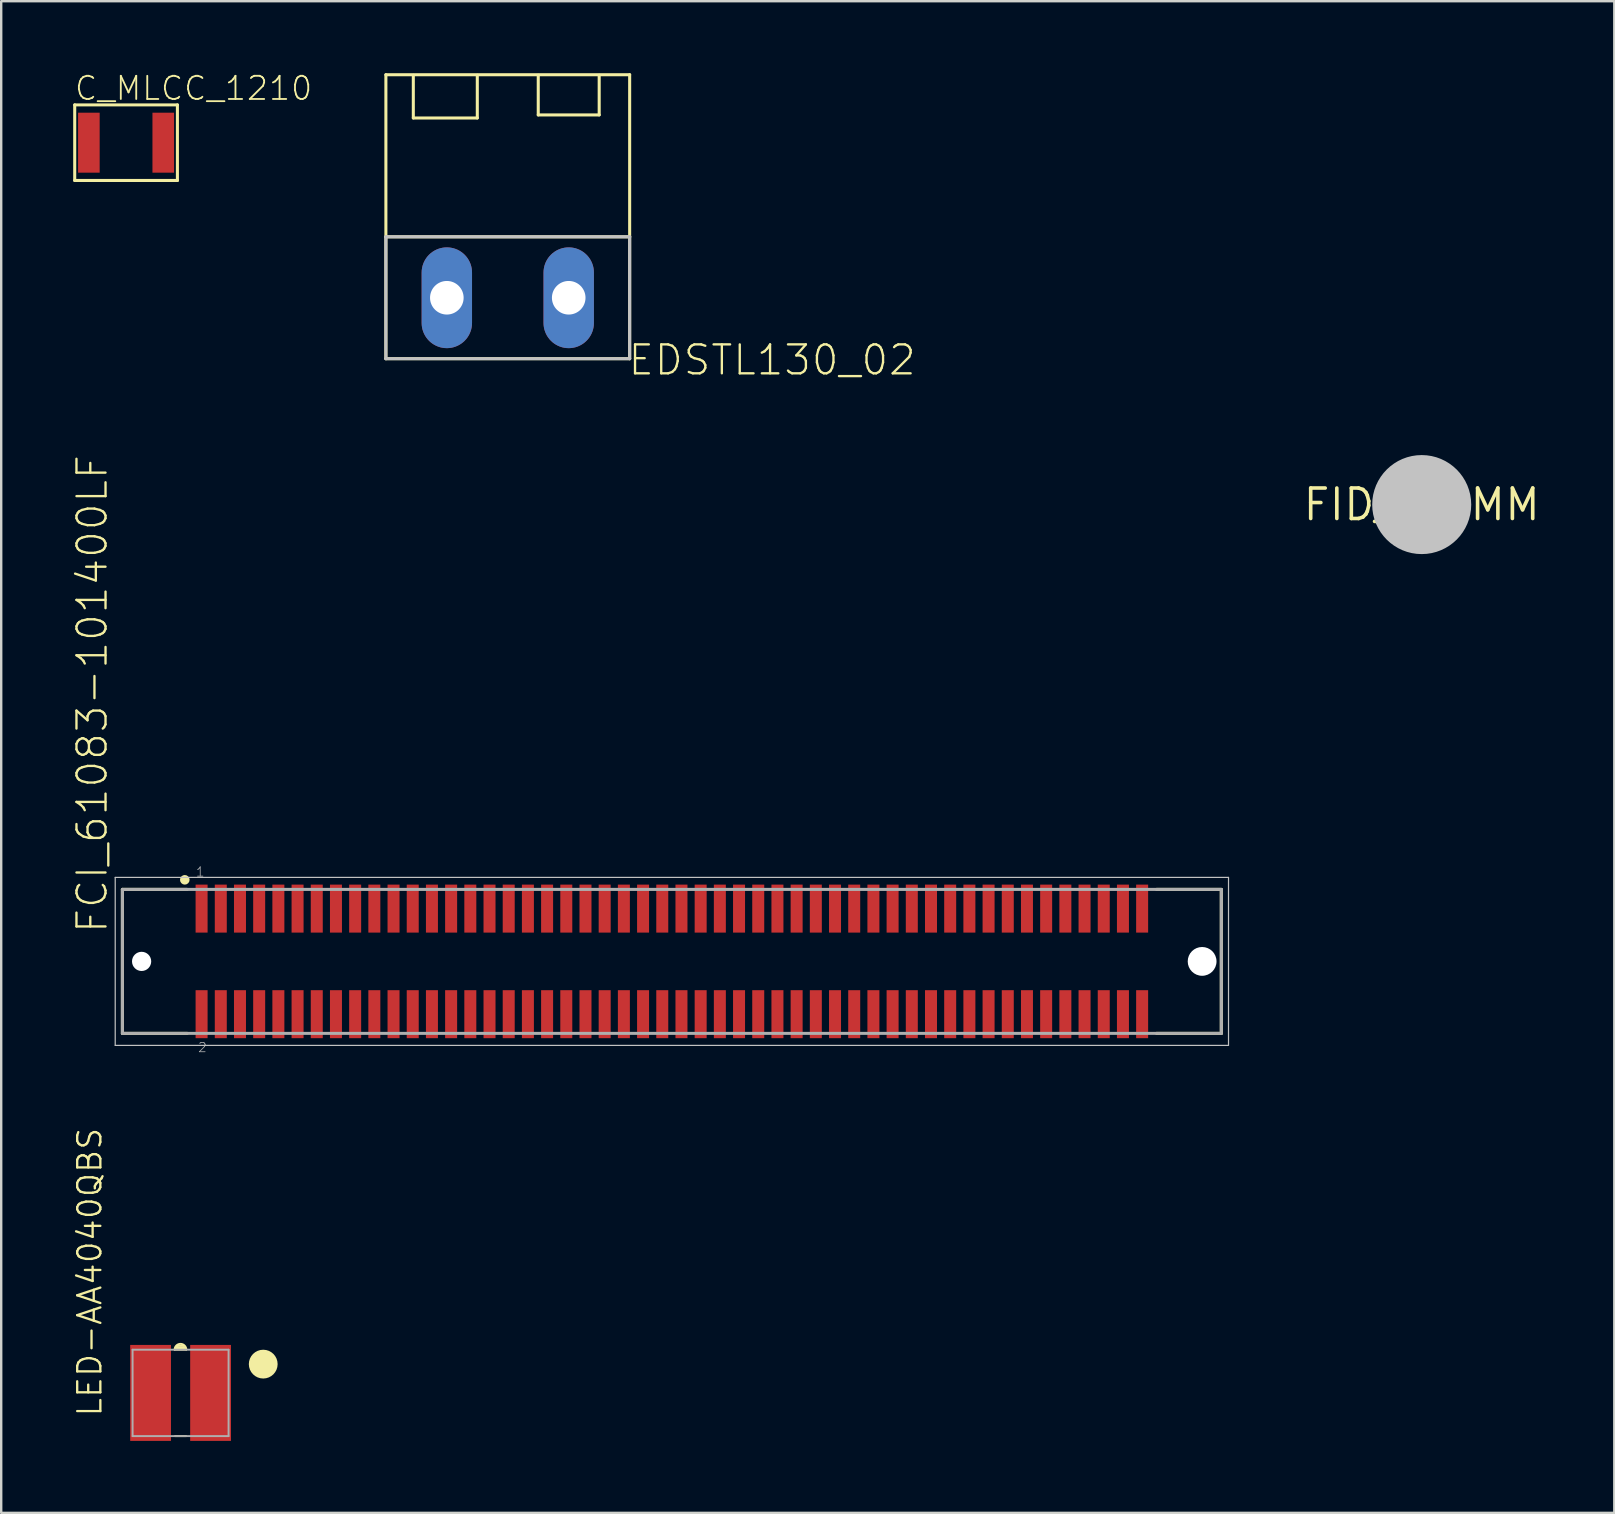
<source format=kicad_pcb>
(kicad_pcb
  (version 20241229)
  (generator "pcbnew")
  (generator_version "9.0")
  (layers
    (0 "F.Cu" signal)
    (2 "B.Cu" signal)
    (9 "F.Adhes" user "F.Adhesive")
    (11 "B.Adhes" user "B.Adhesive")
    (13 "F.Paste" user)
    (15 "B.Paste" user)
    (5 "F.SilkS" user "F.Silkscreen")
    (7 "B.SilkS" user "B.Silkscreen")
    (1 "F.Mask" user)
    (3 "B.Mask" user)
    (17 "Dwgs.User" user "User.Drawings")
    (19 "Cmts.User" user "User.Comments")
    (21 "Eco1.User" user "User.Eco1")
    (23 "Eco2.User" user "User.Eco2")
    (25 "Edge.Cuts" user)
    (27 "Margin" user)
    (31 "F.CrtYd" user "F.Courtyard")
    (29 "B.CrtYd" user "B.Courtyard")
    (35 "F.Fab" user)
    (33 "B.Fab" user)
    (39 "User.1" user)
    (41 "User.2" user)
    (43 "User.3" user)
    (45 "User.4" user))
  (footprint "C_MLCC_1210"
    (layer "F.Cu")
    (at 2.204 2.897)
    (property "Reference" "C_MLCC_1210" (at -2.2 -1.7 0) (layer "F.SilkS") (effects (font (size 0.965 0.965) (thickness 0.077)) (justify left bottom)))
    (attr through_hole)
    (fp_line (start -2.14 -1.575) (end 2.14 -1.575) (stroke (width 0.127) (type solid)) (layer "F.SilkS"))
    (fp_line (start -2.14 1.575) (end -2.14 -1.575) (stroke (width 0.127) (type solid)) (layer "F.SilkS"))
    (fp_line (start 2.14 -1.575) (end 2.14 1.575) (stroke (width 0.127) (type solid)) (layer "F.SilkS"))
    (fp_line (start 2.14 1.575) (end -2.14 1.575) (stroke (width 0.127) (type solid)) (layer "F.SilkS"))
    (pad "P$1" smd rect (at -1.55 0) (size 0.9 2.5) (layers "F.Cu" "F.Mask" "F.Paste"))
    (pad "P$2" smd rect (at 1.55 0) (size 0.9 2.5) (layers "F.Cu" "F.Mask" "F.Paste")))
  (footprint "FID_1.5MM"
    (layer "F.Cu")
    (at 56.204 17.98)
    (property "Reference" "FID_1.5MM" (at 0 0 0) (layer "F.SilkS") (effects (font (size 1.27 1.27) (thickness 0.15))))
    (attr through_hole)
    (fp_circle (center 0 0) (end 1 0) (stroke (width 2) (type solid)) (fill no) (layer "F.Mask"))
    (fp_circle (center 0 0) (end 1 0) (stroke (width 2) (type solid)) (fill no) (layer "Dwgs.User"))
    (fp_circle (center 0 0) (end 2 0) (stroke (width 0.127) (type solid)) (fill no) (layer "Dwgs.User"))
    (pad "FID" smd roundrect (at 0 0) (size 1.5 1.5) (layers "F.Cu" "F.Mask") (roundrect_rratio 0.5)))
  (footprint "FCI_61083-101400LF"
    (layer "F.Cu")
    (at 24.952 37.019)
    (property "Reference" "FCI_61083-101400LF" (at -23.451 -1.105 270) (layer "F.SilkS") (effects (font (size 1.211 1.211) (thickness 0.097)) (justify left bottom)))
    (attr through_hole)
    (fp_line (start -22.9 -3) (end -22.9 3) (stroke (width 0.127) (type solid)) (layer "F.SilkS"))
    (fp_line (start -22.9 -3) (end -20.2 -3) (stroke (width 0.127) (type solid)) (layer "F.SilkS"))
    (fp_line (start -22.9 3) (end -20.2 3) (stroke (width 0.127) (type solid)) (layer "F.SilkS"))
    (fp_line (start 20.2 -3) (end 22.9 -3) (stroke (width 0.127) (type solid)) (layer "F.SilkS"))
    (fp_line (start 22.9 -3) (end 22.9 3) (stroke (width 0.127) (type solid)) (layer "F.SilkS"))
    (fp_line (start 22.9 3) (end 20.2 3) (stroke (width 0.127) (type solid)) (layer "F.SilkS"))
    (fp_circle (center -20.3 -3.4) (end -20.2 -3.4) (stroke (width 0.2) (type solid)) (fill no) (layer "F.SilkS"))
    (fp_line (start -23.2 -3.5) (end 23.2 -3.5) (stroke (width 0.05) (type solid)) (layer "Dwgs.User"))
    (fp_line (start -23.2 3.5) (end -23.2 -3.5) (stroke (width 0.05) (type solid)) (layer "Dwgs.User"))
    (fp_line (start 23.2 -3.5) (end 23.2 3.5) (stroke (width 0.05) (type solid)) (layer "Dwgs.User"))
    (fp_line (start 23.2 3.5) (end -23.2 3.5) (stroke (width 0.05) (type solid)) (layer "Dwgs.User"))
    (fp_line (start -22.9 -3) (end 22.9 -3) (stroke (width 0.127) (type solid)) (layer "F.Fab"))
    (fp_line (start -22.9 3) (end -22.9 -3) (stroke (width 0.127) (type solid)) (layer "F.Fab"))
    (fp_line (start 22.9 -3) (end 22.9 3) (stroke (width 0.127) (type solid)) (layer "F.Fab"))
    (fp_line (start 22.9 3) (end -22.9 3) (stroke (width 0.127) (type solid)) (layer "F.Fab"))
    (fp_text user "1" (at -19.863 -3.505 0) (layer "F.Fab") (effects (font (size 0.387 0.387) (thickness 0.033)) (justify left bottom)))
    (fp_text user "2" (at -19.771 3.814 0) (layer "F.Fab") (effects (font (size 0.387 0.387) (thickness 0.033)) (justify left bottom)))
    (pad "" np_thru_hole circle (at -22.1 0) (size 0.8 0.8) (drill 0.8) (layers "*.Cu" "*.Mask"))
    (pad "" np_thru_hole circle (at 22.1 0) (size 1.2 1.2) (drill 1.2) (layers "*.Cu" "*.Mask"))
    (pad "1" smd rect (at -19.6 -2.2) (size 0.5 2) (layers "F.Cu" "F.Mask" "F.Paste"))
    (pad "2" smd rect (at -19.6 2.2 90) (size 2 0.5) (layers "F.Cu" "F.Mask" "F.Paste"))
    (pad "3" smd rect (at -18.8 -2.2) (size 0.5 2) (layers "F.Cu" "F.Mask" "F.Paste"))
    (pad "4" smd rect (at -18.8 2.2) (size 0.5 2) (layers "F.Cu" "F.Mask" "F.Paste"))
    (pad "5" smd rect (at -18 -2.2) (size 0.5 2) (layers "F.Cu" "F.Mask" "F.Paste"))
    (pad "6" smd rect (at -18 2.2) (size 0.5 2) (layers "F.Cu" "F.Mask" "F.Paste"))
    (pad "7" smd rect (at -17.2 -2.2) (size 0.5 2) (layers "F.Cu" "F.Mask" "F.Paste"))
    (pad "8" smd rect (at -17.2 2.2) (size 0.5 2) (layers "F.Cu" "F.Mask" "F.Paste"))
    (pad "9" smd rect (at -16.4 -2.2) (size 0.5 2) (layers "F.Cu" "F.Mask" "F.Paste"))
    (pad "10" smd rect (at -16.4 2.2) (size 0.5 2) (layers "F.Cu" "F.Mask" "F.Paste"))
    (pad "11" smd rect (at -15.6 -2.2) (size 0.5 2) (layers "F.Cu" "F.Mask" "F.Paste"))
    (pad "12" smd rect (at -15.6 2.2) (size 0.5 2) (layers "F.Cu" "F.Mask" "F.Paste"))
    (pad "13" smd rect (at -14.8 -2.2) (size 0.5 2) (layers "F.Cu" "F.Mask" "F.Paste"))
    (pad "14" smd rect (at -14.8 2.2) (size 0.5 2) (layers "F.Cu" "F.Mask" "F.Paste"))
    (pad "15" smd rect (at -14 -2.2) (size 0.5 2) (layers "F.Cu" "F.Mask" "F.Paste"))
    (pad "16" smd rect (at -14 2.2) (size 0.5 2) (layers "F.Cu" "F.Mask" "F.Paste"))
    (pad "17" smd rect (at -13.2 -2.2) (size 0.5 2) (layers "F.Cu" "F.Mask" "F.Paste"))
    (pad "18" smd rect (at -13.2 2.2) (size 0.5 2) (layers "F.Cu" "F.Mask" "F.Paste"))
    (pad "19" smd rect (at -12.4 -2.2) (size 0.5 2) (layers "F.Cu" "F.Mask" "F.Paste"))
    (pad "20" smd rect (at -12.4 2.2) (size 0.5 2) (layers "F.Cu" "F.Mask" "F.Paste"))
    (pad "21" smd rect (at -11.6 -2.2) (size 0.5 2) (layers "F.Cu" "F.Mask" "F.Paste"))
    (pad "22" smd rect (at -11.6 2.2) (size 0.5 2) (layers "F.Cu" "F.Mask" "F.Paste"))
    (pad "23" smd rect (at -10.8 -2.2) (size 0.5 2) (layers "F.Cu" "F.Mask" "F.Paste"))
    (pad "24" smd rect (at -10.8 2.2) (size 0.5 2) (layers "F.Cu" "F.Mask" "F.Paste"))
    (pad "25" smd rect (at -10 -2.2) (size 0.5 2) (layers "F.Cu" "F.Mask" "F.Paste"))
    (pad "26" smd rect (at -10 2.2) (size 0.5 2) (layers "F.Cu" "F.Mask" "F.Paste"))
    (pad "27" smd rect (at -9.2 -2.2) (size 0.5 2) (layers "F.Cu" "F.Mask" "F.Paste"))
    (pad "28" smd rect (at -9.2 2.2) (size 0.5 2) (layers "F.Cu" "F.Mask" "F.Paste"))
    (pad "29" smd rect (at -8.4 -2.2) (size 0.5 2) (layers "F.Cu" "F.Mask" "F.Paste"))
    (pad "30" smd rect (at -8.4 2.2) (size 0.5 2) (layers "F.Cu" "F.Mask" "F.Paste"))
    (pad "31" smd rect (at -7.6 -2.2) (size 0.5 2) (layers "F.Cu" "F.Mask" "F.Paste"))
    (pad "32" smd rect (at -7.6 2.2) (size 0.5 2) (layers "F.Cu" "F.Mask" "F.Paste"))
    (pad "33" smd rect (at -6.8 -2.2) (size 0.5 2) (layers "F.Cu" "F.Mask" "F.Paste"))
    (pad "34" smd rect (at -6.8 2.2) (size 0.5 2) (layers "F.Cu" "F.Mask" "F.Paste"))
    (pad "35" smd rect (at -6 -2.2) (size 0.5 2) (layers "F.Cu" "F.Mask" "F.Paste"))
    (pad "36" smd rect (at -6 2.2) (size 0.5 2) (layers "F.Cu" "F.Mask" "F.Paste"))
    (pad "37" smd rect (at -5.2 -2.2) (size 0.5 2) (layers "F.Cu" "F.Mask" "F.Paste"))
    (pad "38" smd rect (at -5.2 2.2) (size 0.5 2) (layers "F.Cu" "F.Mask" "F.Paste"))
    (pad "39" smd rect (at -4.4 -2.2) (size 0.5 2) (layers "F.Cu" "F.Mask" "F.Paste"))
    (pad "40" smd rect (at -4.4 2.2) (size 0.5 2) (layers "F.Cu" "F.Mask" "F.Paste"))
    (pad "41" smd rect (at -3.6 -2.2) (size 0.5 2) (layers "F.Cu" "F.Mask" "F.Paste"))
    (pad "42" smd rect (at -3.6 2.2) (size 0.5 2) (layers "F.Cu" "F.Mask" "F.Paste"))
    (pad "43" smd rect (at -2.8 -2.2) (size 0.5 2) (layers "F.Cu" "F.Mask" "F.Paste"))
    (pad "44" smd rect (at -2.8 2.2) (size 0.5 2) (layers "F.Cu" "F.Mask" "F.Paste"))
    (pad "45" smd rect (at -2 -2.2) (size 0.5 2) (layers "F.Cu" "F.Mask" "F.Paste"))
    (pad "46" smd rect (at -2 2.2) (size 0.5 2) (layers "F.Cu" "F.Mask" "F.Paste"))
    (pad "47" smd rect (at -1.2 -2.2) (size 0.5 2) (layers "F.Cu" "F.Mask" "F.Paste"))
    (pad "48" smd rect (at -1.2 2.2) (size 0.5 2) (layers "F.Cu" "F.Mask" "F.Paste"))
    (pad "49" smd rect (at -0.4 -2.2) (size 0.5 2) (layers "F.Cu" "F.Mask" "F.Paste"))
    (pad "50" smd rect (at -0.4 2.2) (size 0.5 2) (layers "F.Cu" "F.Mask" "F.Paste"))
    (pad "51" smd rect (at 0.4 -2.2) (size 0.5 2) (layers "F.Cu" "F.Mask" "F.Paste"))
    (pad "52" smd rect (at 0.4 2.2) (size 0.5 2) (layers "F.Cu" "F.Mask" "F.Paste"))
    (pad "53" smd rect (at 1.2 -2.2) (size 0.5 2) (layers "F.Cu" "F.Mask" "F.Paste"))
    (pad "54" smd rect (at 1.2 2.2) (size 0.5 2) (layers "F.Cu" "F.Mask" "F.Paste"))
    (pad "55" smd rect (at 2 -2.2) (size 0.5 2) (layers "F.Cu" "F.Mask" "F.Paste"))
    (pad "56" smd rect (at 2 2.2) (size 0.5 2) (layers "F.Cu" "F.Mask" "F.Paste"))
    (pad "57" smd rect (at 2.8 -2.2) (size 0.5 2) (layers "F.Cu" "F.Mask" "F.Paste"))
    (pad "58" smd rect (at 2.8 2.2) (size 0.5 2) (layers "F.Cu" "F.Mask" "F.Paste"))
    (pad "59" smd rect (at 3.6 -2.2) (size 0.5 2) (layers "F.Cu" "F.Mask" "F.Paste"))
    (pad "60" smd rect (at 3.6 2.2) (size 0.5 2) (layers "F.Cu" "F.Mask" "F.Paste"))
    (pad "61" smd rect (at 4.4 -2.2) (size 0.5 2) (layers "F.Cu" "F.Mask" "F.Paste"))
    (pad "62" smd rect (at 4.4 2.2) (size 0.5 2) (layers "F.Cu" "F.Mask" "F.Paste"))
    (pad "63" smd rect (at 5.2 -2.2) (size 0.5 2) (layers "F.Cu" "F.Mask" "F.Paste"))
    (pad "64" smd rect (at 5.2 2.2) (size 0.5 2) (layers "F.Cu" "F.Mask" "F.Paste"))
    (pad "65" smd rect (at 6 -2.2) (size 0.5 2) (layers "F.Cu" "F.Mask" "F.Paste"))
    (pad "66" smd rect (at 6 2.2) (size 0.5 2) (layers "F.Cu" "F.Mask" "F.Paste"))
    (pad "67" smd rect (at 6.8 -2.2) (size 0.5 2) (layers "F.Cu" "F.Mask" "F.Paste"))
    (pad "68" smd rect (at 6.8 2.2) (size 0.5 2) (layers "F.Cu" "F.Mask" "F.Paste"))
    (pad "69" smd rect (at 7.6 -2.2) (size 0.5 2) (layers "F.Cu" "F.Mask" "F.Paste"))
    (pad "70" smd rect (at 7.6 2.2) (size 0.5 2) (layers "F.Cu" "F.Mask" "F.Paste"))
    (pad "71" smd rect (at 8.4 -2.2) (size 0.5 2) (layers "F.Cu" "F.Mask" "F.Paste"))
    (pad "72" smd rect (at 8.4 2.2) (size 0.5 2) (layers "F.Cu" "F.Mask" "F.Paste"))
    (pad "73" smd rect (at 9.2 -2.2) (size 0.5 2) (layers "F.Cu" "F.Mask" "F.Paste"))
    (pad "74" smd rect (at 9.2 2.2) (size 0.5 2) (layers "F.Cu" "F.Mask" "F.Paste"))
    (pad "75" smd rect (at 10 -2.2) (size 0.5 2) (layers "F.Cu" "F.Mask" "F.Paste"))
    (pad "76" smd rect (at 10 2.2) (size 0.5 2) (layers "F.Cu" "F.Mask" "F.Paste"))
    (pad "77" smd rect (at 10.8 -2.2) (size 0.5 2) (layers "F.Cu" "F.Mask" "F.Paste"))
    (pad "78" smd rect (at 10.8 2.2) (size 0.5 2) (layers "F.Cu" "F.Mask" "F.Paste"))
    (pad "79" smd rect (at 11.6 -2.2) (size 0.5 2) (layers "F.Cu" "F.Mask" "F.Paste"))
    (pad "80" smd rect (at 11.6 2.2) (size 0.5 2) (layers "F.Cu" "F.Mask" "F.Paste"))
    (pad "81" smd rect (at 12.4 -2.2) (size 0.5 2) (layers "F.Cu" "F.Mask" "F.Paste"))
    (pad "82" smd rect (at 12.4 2.2) (size 0.5 2) (layers "F.Cu" "F.Mask" "F.Paste"))
    (pad "83" smd rect (at 13.2 -2.2) (size 0.5 2) (layers "F.Cu" "F.Mask" "F.Paste"))
    (pad "84" smd rect (at 13.2 2.2) (size 0.5 2) (layers "F.Cu" "F.Mask" "F.Paste"))
    (pad "85" smd rect (at 14 -2.2) (size 0.5 2) (layers "F.Cu" "F.Mask" "F.Paste"))
    (pad "86" smd rect (at 14 2.2) (size 0.5 2) (layers "F.Cu" "F.Mask" "F.Paste"))
    (pad "87" smd rect (at 14.8 -2.2) (size 0.5 2) (layers "F.Cu" "F.Mask" "F.Paste"))
    (pad "88" smd rect (at 14.8 2.2) (size 0.5 2) (layers "F.Cu" "F.Mask" "F.Paste"))
    (pad "89" smd rect (at 15.6 -2.2) (size 0.5 2) (layers "F.Cu" "F.Mask" "F.Paste"))
    (pad "90" smd rect (at 15.6 2.2) (size 0.5 2) (layers "F.Cu" "F.Mask" "F.Paste"))
    (pad "91" smd rect (at 16.4 -2.2) (size 0.5 2) (layers "F.Cu" "F.Mask" "F.Paste"))
    (pad "92" smd rect (at 16.4 2.2) (size 0.5 2) (layers "F.Cu" "F.Mask" "F.Paste"))
    (pad "93" smd rect (at 17.2 -2.2) (size 0.5 2) (layers "F.Cu" "F.Mask" "F.Paste"))
    (pad "94" smd rect (at 17.2 2.2) (size 0.5 2) (layers "F.Cu" "F.Mask" "F.Paste"))
    (pad "95" smd rect (at 18 -2.2) (size 0.5 2) (layers "F.Cu" "F.Mask" "F.Paste"))
    (pad "96" smd rect (at 18 2.2) (size 0.5 2) (layers "F.Cu" "F.Mask" "F.Paste"))
    (pad "97" smd rect (at 18.8 -2.2) (size 0.5 2) (layers "F.Cu" "F.Mask" "F.Paste"))
    (pad "98" smd rect (at 18.8 2.2) (size 0.5 2) (layers "F.Cu" "F.Mask" "F.Paste"))
    (pad "99" smd rect (at 19.6 -2.2) (size 0.5 2) (layers "F.Cu" "F.Mask" "F.Paste"))
    (pad "100" smd rect (at 19.6 2.2) (size 0.5 2) (layers "F.Cu" "F.Mask" "F.Paste")))
  (footprint "LED-AA4040QBS"
    (layer "F.Cu")
    (at 4.476 55.004)
    (property "Reference" "LED-AA4040QBS" (at -3.221 1.05 270) (layer "F.SilkS") (effects (font (size 0.965 0.965) (thickness 0.097)) (justify left bottom)))
    (attr through_hole)
    (fp_line (start -0.24 -1.8) (end 0.23 -1.8) (stroke (width 0.08) (type solid)) (layer "F.SilkS"))
    (fp_line (start -0.23 -1.84) (end -0.21 -1.86) (stroke (width 0.08) (type solid)) (layer "F.SilkS"))
    (fp_line (start -0.23 1.8) (end 0.23 1.8) (stroke (width 0.08) (type solid)) (layer "F.SilkS"))
    (fp_line (start -0.21 -1.86) (end 0.19 -1.86) (stroke (width 0.08) (type solid)) (layer "F.SilkS"))
    (fp_line (start -0.17 -1.91) (end -0.11 -1.97) (stroke (width 0.08) (type solid)) (layer "F.SilkS"))
    (fp_line (start -0.11 -1.97) (end 0.12 -1.97) (stroke (width 0.08) (type solid)) (layer "F.SilkS"))
    (fp_line (start 0.14 -1.91) (end -0.17 -1.91) (stroke (width 0.08) (type solid)) (layer "F.SilkS"))
    (fp_line (start 0.19 -1.86) (end 0.14 -1.91) (stroke (width 0.08) (type solid)) (layer "F.SilkS"))
    (fp_arc (start -0.25 -1.8) (mid -0.005 -2.045) (end 0.24 -1.8) (stroke (width 0.08) (type solid)) (layer "F.SilkS"))
    (fp_circle (center 3.445 -1.2) (end 3.745 -1.2) (stroke (width 0.6) (type solid)) (fill no) (layer "F.SilkS"))
    (fp_line (start -2 -1.8) (end 2 -1.8) (stroke (width 0.08) (type solid)) (layer "F.Fab"))
    (fp_line (start -2 1.8) (end -2 -1.8) (stroke (width 0.08) (type solid)) (layer "F.Fab"))
    (fp_line (start 2 -1.8) (end 2 1.8) (stroke (width 0.08) (type solid)) (layer "F.Fab"))
    (fp_line (start 2 1.8) (end -2 1.8) (stroke (width 0.08) (type solid)) (layer "F.Fab"))
    (pad "P$1" smd rect (at 1.25 0) (size 1.7 4) (layers "F.Cu" "F.Mask" "F.Paste"))
    (pad "P$2" smd rect (at -1.25 0) (size 1.7 4) (layers "F.Cu" "F.Mask" "F.Paste")))
  (footprint "EDSTL130_02"
    (layer "F.Cu")
    (at 18.113 9.36)
    (property "Reference" "EDSTL130_02" (at 4.953 3.302 0) (layer "F.SilkS") (effects (font (size 1.206 1.206) (thickness 0.097)) (justify left bottom)))
    (attr through_hole)
    (fp_line (start -5.08 -9.296) (end 5.08 -9.296) (stroke (width 0.127) (type solid)) (layer "F.SilkS"))
    (fp_line (start -5.08 -2.54) (end -5.08 -9.296) (stroke (width 0.127) (type solid)) (layer "F.SilkS"))
    (fp_line (start -5.08 -2.54) (end -5.08 2.54) (stroke (width 0.127) (type solid)) (layer "F.SilkS"))
    (fp_line (start -5.08 2.54) (end 5.08 2.54) (stroke (width 0.127) (type solid)) (layer "F.SilkS"))
    (fp_line (start -3.937 -9.271) (end -3.937 -7.493) (stroke (width 0.127) (type solid)) (layer "F.SilkS"))
    (fp_line (start -3.937 -7.493) (end -1.27 -7.493) (stroke (width 0.127) (type solid)) (layer "F.SilkS"))
    (fp_line (start -1.27 -7.493) (end -1.27 -9.271) (stroke (width 0.127) (type solid)) (layer "F.SilkS"))
    (fp_line (start 1.27 -9.271) (end 1.27 -7.62) (stroke (width 0.127) (type solid)) (layer "F.SilkS"))
    (fp_line (start 1.27 -7.62) (end 3.81 -7.62) (stroke (width 0.127) (type solid)) (layer "F.SilkS"))
    (fp_line (start 3.81 -7.62) (end 3.81 -9.271) (stroke (width 0.127) (type solid)) (layer "F.SilkS"))
    (fp_line (start 5.08 -9.296) (end 5.08 -2.54) (stroke (width 0.127) (type solid)) (layer "F.SilkS"))
    (fp_line (start 5.08 -2.54) (end -5.08 -2.54) (stroke (width 0.127) (type solid)) (layer "F.SilkS"))
    (fp_line (start 5.08 2.54) (end 5.08 -2.54) (stroke (width 0.127) (type solid)) (layer "F.SilkS"))
    (fp_line (start -5.08 -2.54) (end 5.08 -2.54) (stroke (width 0.127) (type solid)) (layer "Dwgs.User"))
    (fp_line (start -5.08 2.54) (end -5.08 -2.54) (stroke (width 0.127) (type solid)) (layer "Dwgs.User"))
    (fp_line (start 5.08 -2.54) (end 5.08 2.54) (stroke (width 0.127) (type solid)) (layer "Dwgs.User"))
    (fp_line (start 5.08 2.54) (end -5.08 2.54) (stroke (width 0.127) (type solid)) (layer "Dwgs.User"))
    (pad "P$1" thru_hole oval (at -2.54 0 90) (size 4.2 2.1) (drill 1.4) (layers "*.Cu" "*.Mask"))
    (pad "P$2" thru_hole oval (at 2.54 0 90) (size 4.2 2.1) (drill 1.4) (layers "*.Cu" "*.Mask")))
  (gr_rect
    (start -3 -3)
    (end 64.231 60.004)
    (stroke (width 0.1) (type default))
    (fill no)
    (layer "Edge.Cuts")))
</source>
